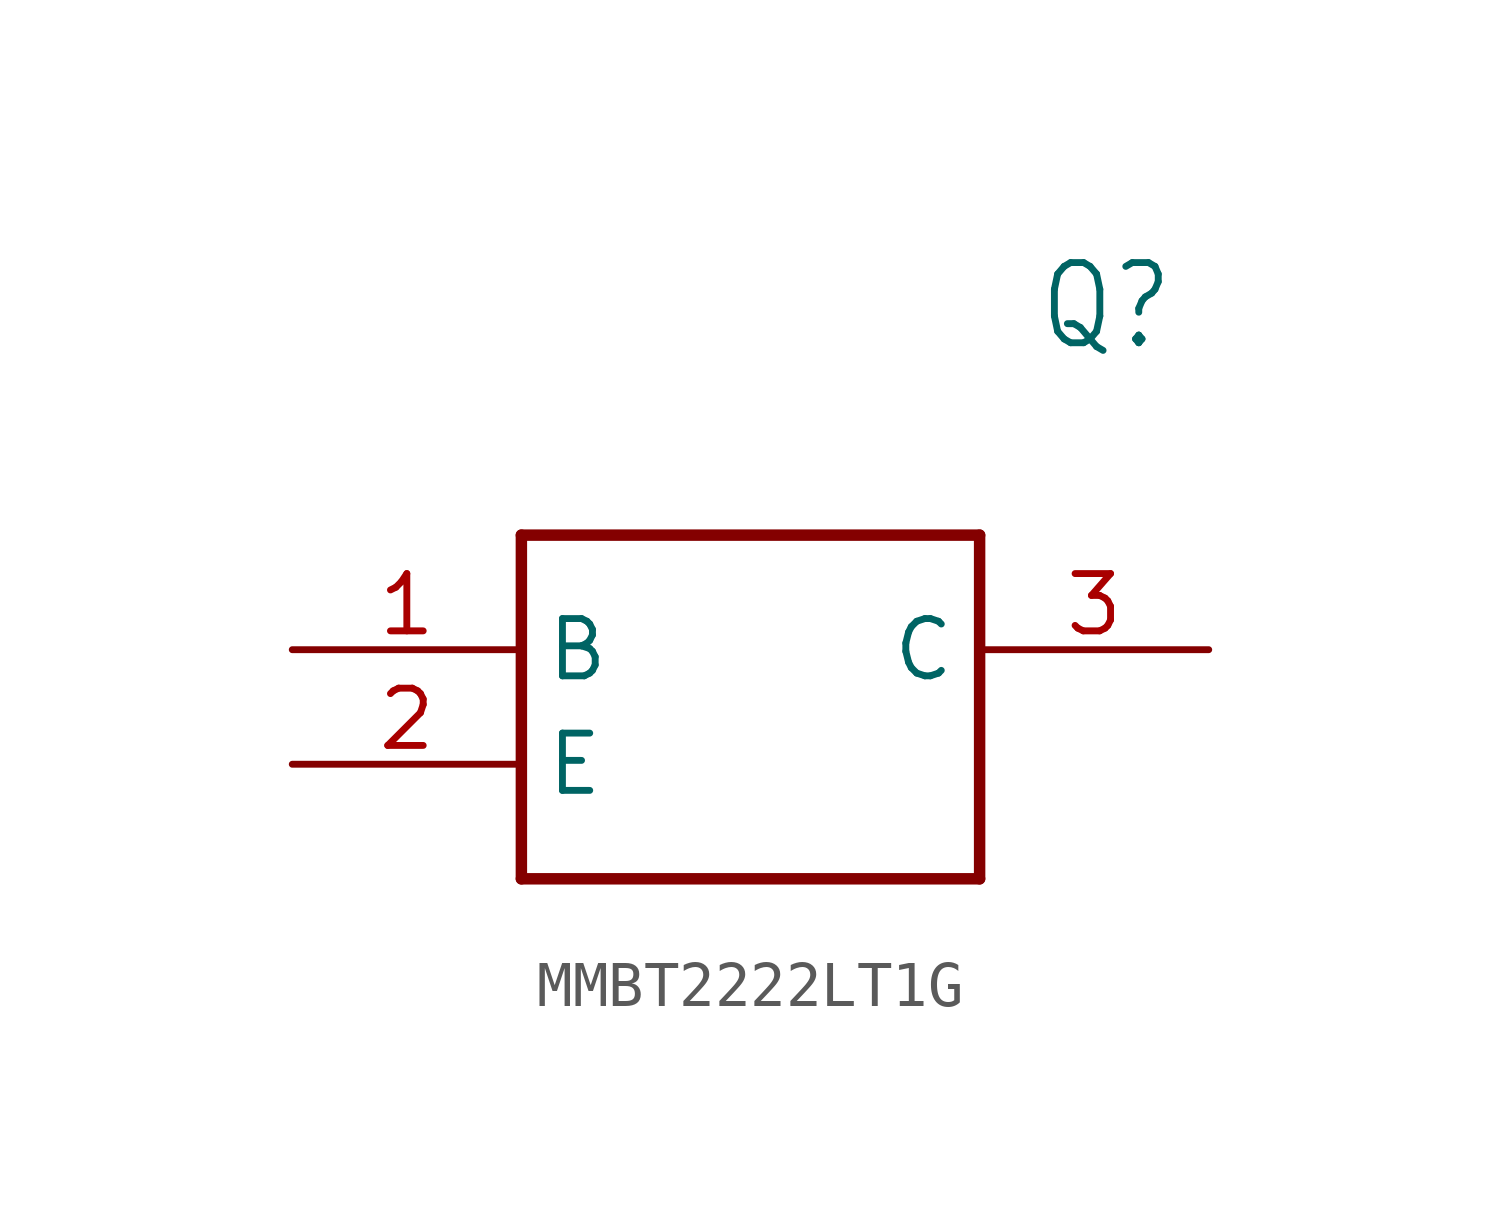
<source format=kicad_sym>
(kicad_symbol_lib
  (version 20220914)
  (generator kicad_symbol_editor)
  (symbol "MMBT2222LT1G"
    (property "Reference" "Q"
      (at 16.51 7.62 0)
      (effects (font (size 1.778 1.511)) (justify left)))
    (property "Value" ""
      (at 16.51 5.08 0)
      (effects (font (size 1.778 1.511)) (justify left)))
    (property "ki_locked" ""
      (at 0 0 0)
      (effects (font (size 1.27 1.27))))
    (symbol "MMBT2222LT1G_1_0"
      (polyline (pts (xy 5.08 2.54) (xy 5.08 -5.08)) (stroke (width 0.254) (type solid)) (fill (type none)))
      (polyline (pts (xy 5.08 2.54) (xy 15.24 2.54)) (stroke (width 0.254) (type solid)) (fill (type none)))
      (polyline (pts (xy 15.24 -5.08) (xy 5.08 -5.08)) (stroke (width 0.254) (type solid)) (fill (type none)))
      (polyline (pts (xy 15.24 -5.08) (xy 15.24 2.54)) (stroke (width 0.254) (type solid)) (fill (type none)))
      (pin bidirectional line (at 0 0 0) (length 5.08) (name "B" (effects (font (size 1.27 1.27)))) (number "1" (effects (font (size 1.27 1.27)))))
      (pin bidirectional line (at 0 -2.54 0) (length 5.08) (name "E" (effects (font (size 1.27 1.27)))) (number "2" (effects (font (size 1.27 1.27)))))
      (pin bidirectional line (at 20.32 0 180) (length 5.08) (name "C" (effects (font (size 1.27 1.27)))) (number "3" (effects (font (size 1.27 1.27))))))))
</source>
